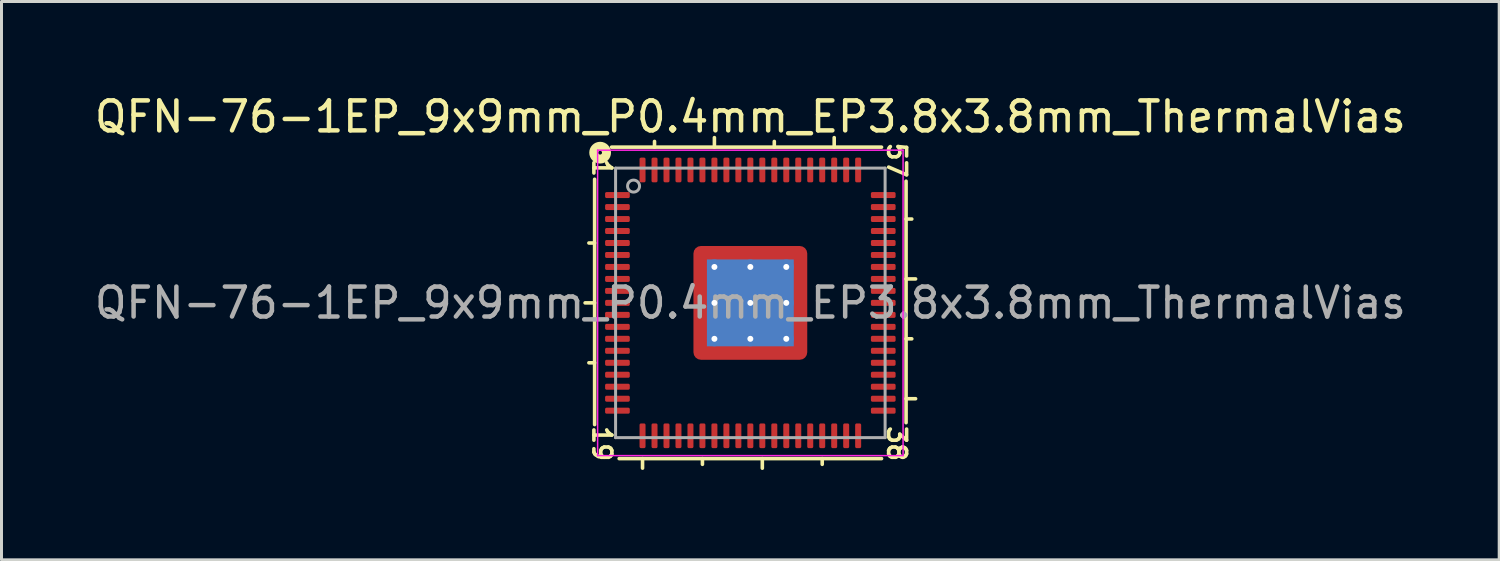
<source format=kicad_pcb>
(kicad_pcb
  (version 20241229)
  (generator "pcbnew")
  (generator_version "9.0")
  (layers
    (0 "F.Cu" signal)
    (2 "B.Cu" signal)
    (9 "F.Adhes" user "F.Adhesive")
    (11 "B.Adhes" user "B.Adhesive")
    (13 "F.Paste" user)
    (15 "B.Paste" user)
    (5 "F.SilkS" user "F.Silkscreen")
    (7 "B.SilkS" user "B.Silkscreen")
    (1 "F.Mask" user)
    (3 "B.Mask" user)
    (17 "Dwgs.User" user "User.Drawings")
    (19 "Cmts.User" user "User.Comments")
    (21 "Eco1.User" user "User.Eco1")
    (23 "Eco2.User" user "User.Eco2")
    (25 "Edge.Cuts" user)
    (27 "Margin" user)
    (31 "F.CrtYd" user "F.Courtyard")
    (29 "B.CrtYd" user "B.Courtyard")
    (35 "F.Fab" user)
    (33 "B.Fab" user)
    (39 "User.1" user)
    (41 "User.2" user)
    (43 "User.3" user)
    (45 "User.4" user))
  (footprint "QFN-76-1EP_9x9mm_P0.4mm_EP3.8x3.8mm_ThermalVias"
    (layer "F.Cu")
    (at 22.006 7.064)
    (property "Reference" "QFN-76-1EP_9x9mm_P0.4mm_EP3.8x3.8mm_ThermalVias" (at 0 -6.216 0) (layer "F.SilkS") (effects (font (size 1 1) (thickness 0.15))))
    (attr smd)
    (fp_line (start -5.2 -4.128) (end -5.2 4.064) (stroke (width 0.12) (type solid)) (layer "F.SilkS"))
    (fp_line (start -5.2 -2) (end -5.391 -2) (stroke (width 0.12) (type solid)) (layer "F.SilkS"))
    (fp_line (start -5.2 0) (end -5.518 0) (stroke (width 0.12) (type solid)) (layer "F.SilkS"))
    (fp_line (start -5.2 2) (end -5.391 2) (stroke (width 0.12) (type solid)) (layer "F.SilkS"))
    (fp_line (start -4.381 5.2) (end 4.381 5.2) (stroke (width 0.12) (type solid)) (layer "F.SilkS"))
    (fp_line (start -3.6 5.2) (end -3.6 5.518) (stroke (width 0.12) (type solid)) (layer "F.SilkS"))
    (fp_line (start -3.2 -5.2) (end -3.2 -5.391) (stroke (width 0.12) (type solid)) (layer "F.SilkS"))
    (fp_line (start -1.6 5.2) (end -1.6 5.391) (stroke (width 0.12) (type solid)) (layer "F.SilkS"))
    (fp_line (start -1.2 -5.2) (end -1.2 -5.518) (stroke (width 0.12) (type solid)) (layer "F.SilkS"))
    (fp_line (start 0.4 5.2) (end 0.4 5.52) (stroke (width 0.12) (type solid)) (layer "F.SilkS"))
    (fp_line (start 0.8 -5.2) (end 0.8 -5.391) (stroke (width 0.12) (type solid)) (layer "F.SilkS"))
    (fp_line (start 2.4 5.2) (end 2.4 5.391) (stroke (width 0.12) (type solid)) (layer "F.SilkS"))
    (fp_line (start 2.8 -5.2) (end 2.8 -5.518) (stroke (width 0.12) (type solid)) (layer "F.SilkS"))
    (fp_line (start 4.381 -5.2) (end -4.636 -5.2) (stroke (width 0.12) (type solid)) (layer "F.SilkS"))
    (fp_line (start 5.2 -2.8) (end 5.391 -2.8) (stroke (width 0.12) (type solid)) (layer "F.SilkS"))
    (fp_line (start 5.2 -0.8) (end 5.518 -0.8) (stroke (width 0.12) (type solid)) (layer "F.SilkS"))
    (fp_line (start 5.2 1.2) (end 5.391 1.2) (stroke (width 0.12) (type solid)) (layer "F.SilkS"))
    (fp_line (start 5.2 3.2) (end 5.518 3.2) (stroke (width 0.12) (type solid)) (layer "F.SilkS"))
    (fp_line (start 5.2 4) (end 5.2 -4.064) (stroke (width 0.12) (type solid)) (layer "F.SilkS"))
    (fp_circle (center -5.016 -5.016) (end -4.953 -5.016) (stroke (width 0.3) (type solid)) (fill no) (layer "F.SilkS"))
    (fp_line (start -5.1 -5.1) (end -5.1 5.1) (stroke (width 0.05) (type solid)) (layer "F.CrtYd"))
    (fp_line (start -5.1 5.1) (end 5.1 5.1) (stroke (width 0.05) (type solid)) (layer "F.CrtYd"))
    (fp_line (start 5.1 -5.1) (end -5.1 -5.1) (stroke (width 0.05) (type solid)) (layer "F.CrtYd"))
    (fp_line (start 5.1 5.1) (end 5.1 -5.1) (stroke (width 0.05) (type solid)) (layer "F.CrtYd"))
    (fp_line (start -4.5 -4.5) (end 4.5 -4.5) (stroke (width 0.1) (type solid)) (layer "F.Fab"))
    (fp_line (start -4.5 4.5) (end -4.5 -4.5) (stroke (width 0.1) (type solid)) (layer "F.Fab"))
    (fp_line (start 4.5 -4.5) (end 4.5 4.5) (stroke (width 0.1) (type solid)) (layer "F.Fab"))
    (fp_line (start 4.5 4.5) (end -4.5 4.5) (stroke (width 0.1) (type solid)) (layer "F.Fab"))
    (fp_circle (center -3.9 -3.9) (end -3.7 -3.9) (stroke (width 0.1) (type solid)) (fill no) (layer "F.Fab"))
    (fp_text user "1" (at -4.953 -4.508 270) (unlocked yes) (layer "F.SilkS") (effects (font (size 0.6 0.6) (thickness 0.12))))
    (fp_text user "38" (at 4.889 4.699 270) (unlocked yes) (layer "F.SilkS") (effects (font (size 0.6 0.6) (thickness 0.12))))
    (fp_text user "19" (at -4.953 4.699 270) (unlocked yes) (layer "F.SilkS") (effects (font (size 0.6 0.6) (thickness 0.12))))
    (fp_text user "57" (at 4.889 -4.763 270) (unlocked yes) (layer "F.SilkS") (effects (font (size 0.6 0.6) (thickness 0.12))))
    (fp_text user "${REFERENCE}" (at 0 0 0) (layer "F.Fab") (effects (font (size 1 1) (thickness 0.15))))
    (pad "" smd custom (at -1.55 -1.55) (size 0.46 0.46) (layers "F.Paste") (options (anchor circle)) (primitives (gr_poly (pts (xy 0.178 0.092) (xy 0.092 0.178) (xy -0.178 0.178) (xy -0.178 -0.178) (xy 0.178 -0.178)) (width 0.208) (fill yes))))
    (pad "" smd custom (at -1.55 -0.6) (size 0.495 0.495) (layers "F.Paste") (options (anchor circle)) (primitives (gr_poly (pts (xy 0.212 -0.356) (xy 0.212 0.356) (xy 0.154 0.414) (xy -0.212 0.414) (xy -0.212 -0.414) (xy 0.154 -0.414)) (width 0.14) (fill yes))))
    (pad "" smd custom (at -1.55 0.6) (size 0.495 0.495) (layers "F.Paste") (options (anchor circle)) (primitives (gr_poly (pts (xy 0.212 -0.356) (xy 0.212 0.356) (xy 0.154 0.414) (xy -0.212 0.414) (xy -0.212 -0.414) (xy 0.154 -0.414)) (width 0.14) (fill yes))))
    (pad "" smd custom (at -1.55 1.55) (size 0.46 0.46) (layers "F.Paste") (options (anchor circle)) (primitives (gr_poly (pts (xy 0.178 -0.092) (xy 0.178 0.178) (xy -0.178 0.178) (xy -0.178 -0.178) (xy 0.092 -0.178)) (width 0.208) (fill yes))))
    (pad "" smd custom (at -0.6 -1.55) (size 0.495 0.495) (layers "F.Paste") (options (anchor circle)) (primitives (gr_poly (pts (xy 0.414 0.154) (xy 0.356 0.212) (xy -0.356 0.212) (xy -0.414 0.154) (xy -0.414 -0.212) (xy 0.414 -0.212)) (width 0.14) (fill yes))))
    (pad "" smd roundrect (at -0.6 -0.6) (size 0.967 0.967) (layers "F.Paste") (roundrect_rratio 0.25))
    (pad "" smd roundrect (at -0.6 0.6) (size 0.967 0.967) (layers "F.Paste") (roundrect_rratio 0.25))
    (pad "" smd custom (at -0.6 1.55) (size 0.495 0.495) (layers "F.Paste") (options (anchor circle)) (primitives (gr_poly (pts (xy 0.414 -0.154) (xy 0.414 0.212) (xy -0.414 0.212) (xy -0.414 -0.154) (xy -0.356 -0.212) (xy 0.356 -0.212)) (width 0.14) (fill yes))))
    (pad "" smd custom (at 0.6 -1.55) (size 0.495 0.495) (layers "F.Paste") (options (anchor circle)) (primitives (gr_poly (pts (xy 0.414 0.154) (xy 0.356 0.212) (xy -0.356 0.212) (xy -0.414 0.154) (xy -0.414 -0.212) (xy 0.414 -0.212)) (width 0.14) (fill yes))))
    (pad "" smd roundrect (at 0.6 -0.6) (size 0.967 0.967) (layers "F.Paste") (roundrect_rratio 0.25))
    (pad "" smd roundrect (at 0.6 0.6) (size 0.967 0.967) (layers "F.Paste") (roundrect_rratio 0.25))
    (pad "" smd custom (at 0.6 1.55) (size 0.495 0.495) (layers "F.Paste") (options (anchor circle)) (primitives (gr_poly (pts (xy 0.414 -0.154) (xy 0.414 0.212) (xy -0.414 0.212) (xy -0.414 -0.154) (xy -0.356 -0.212) (xy 0.356 -0.212)) (width 0.14) (fill yes))))
    (pad "" smd custom (at 1.55 -1.55) (size 0.46 0.46) (layers "F.Paste") (options (anchor circle)) (primitives (gr_poly (pts (xy 0.178 0.178) (xy -0.092 0.178) (xy -0.178 0.092) (xy -0.178 -0.178) (xy 0.178 -0.178)) (width 0.208) (fill yes))))
    (pad "" smd custom (at 1.55 -0.6) (size 0.495 0.495) (layers "F.Paste") (options (anchor circle)) (primitives (gr_poly (pts (xy 0.212 0.414) (xy -0.154 0.414) (xy -0.212 0.356) (xy -0.212 -0.356) (xy -0.154 -0.414) (xy 0.212 -0.414)) (width 0.14) (fill yes))))
    (pad "" smd custom (at 1.55 0.6) (size 0.495 0.495) (layers "F.Paste") (options (anchor circle)) (primitives (gr_poly (pts (xy 0.212 0.414) (xy -0.154 0.414) (xy -0.212 0.356) (xy -0.212 -0.356) (xy -0.154 -0.414) (xy 0.212 -0.414)) (width 0.14) (fill yes))))
    (pad "" smd custom (at 1.55 1.55) (size 0.46 0.46) (layers "F.Paste") (options (anchor circle)) (primitives (gr_poly (pts (xy 0.178 0.178) (xy -0.178 0.178) (xy -0.178 -0.092) (xy -0.092 -0.178) (xy 0.178 -0.178)) (width 0.208) (fill yes))))
    (pad "1" smd roundrect (at -4.438 -3.6) (size 0.825 0.2) (layers "F.Cu" "F.Mask" "F.Paste") (roundrect_rratio 0.25))
    (pad "2" smd roundrect (at -4.438 -3.2) (size 0.825 0.2) (layers "F.Cu" "F.Mask" "F.Paste") (roundrect_rratio 0.25))
    (pad "3" smd roundrect (at -4.438 -2.8) (size 0.825 0.2) (layers "F.Cu" "F.Mask" "F.Paste") (roundrect_rratio 0.25))
    (pad "4" smd roundrect (at -4.438 -2.4) (size 0.825 0.2) (layers "F.Cu" "F.Mask" "F.Paste") (roundrect_rratio 0.25))
    (pad "5" smd roundrect (at -4.438 -2) (size 0.825 0.2) (layers "F.Cu" "F.Mask" "F.Paste") (roundrect_rratio 0.25))
    (pad "6" smd roundrect (at -4.438 -1.6) (size 0.825 0.2) (layers "F.Cu" "F.Mask" "F.Paste") (roundrect_rratio 0.25))
    (pad "7" smd roundrect (at -4.438 -1.2) (size 0.825 0.2) (layers "F.Cu" "F.Mask" "F.Paste") (roundrect_rratio 0.25))
    (pad "8" smd roundrect (at -4.438 -0.8) (size 0.825 0.2) (layers "F.Cu" "F.Mask" "F.Paste") (roundrect_rratio 0.25))
    (pad "9" smd roundrect (at -4.438 -0.4) (size 0.825 0.2) (layers "F.Cu" "F.Mask" "F.Paste") (roundrect_rratio 0.25))
    (pad "10" smd roundrect (at -4.438 0) (size 0.825 0.2) (layers "F.Cu" "F.Mask" "F.Paste") (roundrect_rratio 0.25))
    (pad "11" smd roundrect (at -4.438 0.4) (size 0.825 0.2) (layers "F.Cu" "F.Mask" "F.Paste") (roundrect_rratio 0.25))
    (pad "12" smd roundrect (at -4.438 0.8) (size 0.825 0.2) (layers "F.Cu" "F.Mask" "F.Paste") (roundrect_rratio 0.25))
    (pad "13" smd roundrect (at -4.438 1.2) (size 0.825 0.2) (layers "F.Cu" "F.Mask" "F.Paste") (roundrect_rratio 0.25))
    (pad "14" smd roundrect (at -4.438 1.6) (size 0.825 0.2) (layers "F.Cu" "F.Mask" "F.Paste") (roundrect_rratio 0.25))
    (pad "15" smd roundrect (at -4.438 2) (size 0.825 0.2) (layers "F.Cu" "F.Mask" "F.Paste") (roundrect_rratio 0.25))
    (pad "16" smd roundrect (at -4.438 2.4) (size 0.825 0.2) (layers "F.Cu" "F.Mask" "F.Paste") (roundrect_rratio 0.25))
    (pad "17" smd roundrect (at -4.438 2.8) (size 0.825 0.2) (layers "F.Cu" "F.Mask" "F.Paste") (roundrect_rratio 0.25))
    (pad "18" smd roundrect (at -4.438 3.2) (size 0.825 0.2) (layers "F.Cu" "F.Mask" "F.Paste") (roundrect_rratio 0.25))
    (pad "19" smd roundrect (at -4.438 3.6) (size 0.825 0.2) (layers "F.Cu" "F.Mask" "F.Paste") (roundrect_rratio 0.25))
    (pad "20" smd roundrect (at -3.6 4.438) (size 0.2 0.825) (layers "F.Cu" "F.Mask" "F.Paste") (roundrect_rratio 0.25))
    (pad "21" smd roundrect (at -3.2 4.438) (size 0.2 0.825) (layers "F.Cu" "F.Mask" "F.Paste") (roundrect_rratio 0.25))
    (pad "22" smd roundrect (at -2.8 4.438) (size 0.2 0.825) (layers "F.Cu" "F.Mask" "F.Paste") (roundrect_rratio 0.25))
    (pad "23" smd roundrect (at -2.4 4.438) (size 0.2 0.825) (layers "F.Cu" "F.Mask" "F.Paste") (roundrect_rratio 0.25))
    (pad "24" smd roundrect (at -2 4.438) (size 0.2 0.825) (layers "F.Cu" "F.Mask" "F.Paste") (roundrect_rratio 0.25))
    (pad "25" smd roundrect (at -1.6 4.438) (size 0.2 0.825) (layers "F.Cu" "F.Mask" "F.Paste") (roundrect_rratio 0.25))
    (pad "26" smd roundrect (at -1.2 4.438) (size 0.2 0.825) (layers "F.Cu" "F.Mask" "F.Paste") (roundrect_rratio 0.25))
    (pad "27" smd roundrect (at -0.8 4.438) (size 0.2 0.825) (layers "F.Cu" "F.Mask" "F.Paste") (roundrect_rratio 0.25))
    (pad "28" smd roundrect (at -0.4 4.438) (size 0.2 0.825) (layers "F.Cu" "F.Mask" "F.Paste") (roundrect_rratio 0.25))
    (pad "29" smd roundrect (at 0 4.438) (size 0.2 0.825) (layers "F.Cu" "F.Mask" "F.Paste") (roundrect_rratio 0.25))
    (pad "30" smd roundrect (at 0.4 4.438) (size 0.2 0.825) (layers "F.Cu" "F.Mask" "F.Paste") (roundrect_rratio 0.25))
    (pad "31" smd roundrect (at 0.8 4.438) (size 0.2 0.825) (layers "F.Cu" "F.Mask" "F.Paste") (roundrect_rratio 0.25))
    (pad "32" smd roundrect (at 1.2 4.438) (size 0.2 0.825) (layers "F.Cu" "F.Mask" "F.Paste") (roundrect_rratio 0.25))
    (pad "33" smd roundrect (at 1.6 4.438) (size 0.2 0.825) (layers "F.Cu" "F.Mask" "F.Paste") (roundrect_rratio 0.25))
    (pad "34" smd roundrect (at 2 4.438) (size 0.2 0.825) (layers "F.Cu" "F.Mask" "F.Paste") (roundrect_rratio 0.25))
    (pad "35" smd roundrect (at 2.4 4.438) (size 0.2 0.825) (layers "F.Cu" "F.Mask" "F.Paste") (roundrect_rratio 0.25))
    (pad "36" smd roundrect (at 2.8 4.438) (size 0.2 0.825) (layers "F.Cu" "F.Mask" "F.Paste") (roundrect_rratio 0.25))
    (pad "37" smd roundrect (at 3.2 4.438) (size 0.2 0.825) (layers "F.Cu" "F.Mask" "F.Paste") (roundrect_rratio 0.25))
    (pad "38" smd roundrect (at 3.6 4.438) (size 0.2 0.825) (layers "F.Cu" "F.Mask" "F.Paste") (roundrect_rratio 0.25))
    (pad "39" smd roundrect (at 4.438 3.6) (size 0.825 0.2) (layers "F.Cu" "F.Mask" "F.Paste") (roundrect_rratio 0.25))
    (pad "40" smd roundrect (at 4.438 3.2) (size 0.825 0.2) (layers "F.Cu" "F.Mask" "F.Paste") (roundrect_rratio 0.25))
    (pad "41" smd roundrect (at 4.438 2.8) (size 0.825 0.2) (layers "F.Cu" "F.Mask" "F.Paste") (roundrect_rratio 0.25))
    (pad "42" smd roundrect (at 4.438 2.4) (size 0.825 0.2) (layers "F.Cu" "F.Mask" "F.Paste") (roundrect_rratio 0.25))
    (pad "43" smd roundrect (at 4.438 2) (size 0.825 0.2) (layers "F.Cu" "F.Mask" "F.Paste") (roundrect_rratio 0.25))
    (pad "44" smd roundrect (at 4.438 1.6) (size 0.825 0.2) (layers "F.Cu" "F.Mask" "F.Paste") (roundrect_rratio 0.25))
    (pad "45" smd roundrect (at 4.438 1.2) (size 0.825 0.2) (layers "F.Cu" "F.Mask" "F.Paste") (roundrect_rratio 0.25))
    (pad "46" smd roundrect (at 4.438 0.8) (size 0.825 0.2) (layers "F.Cu" "F.Mask" "F.Paste") (roundrect_rratio 0.25))
    (pad "47" smd roundrect (at 4.438 0.4) (size 0.825 0.2) (layers "F.Cu" "F.Mask" "F.Paste") (roundrect_rratio 0.25))
    (pad "48" smd roundrect (at 4.438 0) (size 0.825 0.2) (layers "F.Cu" "F.Mask" "F.Paste") (roundrect_rratio 0.25))
    (pad "49" smd roundrect (at 4.438 -0.4) (size 0.825 0.2) (layers "F.Cu" "F.Mask" "F.Paste") (roundrect_rratio 0.25))
    (pad "50" smd roundrect (at 4.438 -0.8) (size 0.825 0.2) (layers "F.Cu" "F.Mask" "F.Paste") (roundrect_rratio 0.25))
    (pad "51" smd roundrect (at 4.438 -1.2) (size 0.825 0.2) (layers "F.Cu" "F.Mask" "F.Paste") (roundrect_rratio 0.25))
    (pad "52" smd roundrect (at 4.438 -1.6) (size 0.825 0.2) (layers "F.Cu" "F.Mask" "F.Paste") (roundrect_rratio 0.25))
    (pad "53" smd roundrect (at 4.438 -2) (size 0.825 0.2) (layers "F.Cu" "F.Mask" "F.Paste") (roundrect_rratio 0.25))
    (pad "54" smd roundrect (at 4.438 -2.4) (size 0.825 0.2) (layers "F.Cu" "F.Mask" "F.Paste") (roundrect_rratio 0.25))
    (pad "55" smd roundrect (at 4.438 -2.8) (size 0.825 0.2) (layers "F.Cu" "F.Mask" "F.Paste") (roundrect_rratio 0.25))
    (pad "56" smd roundrect (at 4.438 -3.2) (size 0.825 0.2) (layers "F.Cu" "F.Mask" "F.Paste") (roundrect_rratio 0.25))
    (pad "57" smd roundrect (at 4.438 -3.6) (size 0.825 0.2) (layers "F.Cu" "F.Mask" "F.Paste") (roundrect_rratio 0.25))
    (pad "58" smd roundrect (at 3.6 -4.438) (size 0.2 0.825) (layers "F.Cu" "F.Mask" "F.Paste") (roundrect_rratio 0.25))
    (pad "59" smd roundrect (at 3.2 -4.438) (size 0.2 0.825) (layers "F.Cu" "F.Mask" "F.Paste") (roundrect_rratio 0.25))
    (pad "60" smd roundrect (at 2.8 -4.438) (size 0.2 0.825) (layers "F.Cu" "F.Mask" "F.Paste") (roundrect_rratio 0.25))
    (pad "61" smd roundrect (at 2.4 -4.438) (size 0.2 0.825) (layers "F.Cu" "F.Mask" "F.Paste") (roundrect_rratio 0.25))
    (pad "62" smd roundrect (at 2 -4.438) (size 0.2 0.825) (layers "F.Cu" "F.Mask" "F.Paste") (roundrect_rratio 0.25))
    (pad "63" smd roundrect (at 1.6 -4.438) (size 0.2 0.825) (layers "F.Cu" "F.Mask" "F.Paste") (roundrect_rratio 0.25))
    (pad "64" smd roundrect (at 1.2 -4.438) (size 0.2 0.825) (layers "F.Cu" "F.Mask" "F.Paste") (roundrect_rratio 0.25))
    (pad "65" smd roundrect (at 0.8 -4.438) (size 0.2 0.825) (layers "F.Cu" "F.Mask" "F.Paste") (roundrect_rratio 0.25))
    (pad "66" smd roundrect (at 0.4 -4.438) (size 0.2 0.825) (layers "F.Cu" "F.Mask" "F.Paste") (roundrect_rratio 0.25))
    (pad "67" smd roundrect (at 0 -4.438) (size 0.2 0.825) (layers "F.Cu" "F.Mask" "F.Paste") (roundrect_rratio 0.25))
    (pad "68" smd roundrect (at -0.4 -4.438) (size 0.2 0.825) (layers "F.Cu" "F.Mask" "F.Paste") (roundrect_rratio 0.25))
    (pad "69" smd roundrect (at -0.8 -4.438) (size 0.2 0.825) (layers "F.Cu" "F.Mask" "F.Paste") (roundrect_rratio 0.25))
    (pad "70" smd roundrect (at -1.2 -4.438) (size 0.2 0.825) (layers "F.Cu" "F.Mask" "F.Paste") (roundrect_rratio 0.25))
    (pad "71" smd roundrect (at -1.6 -4.438) (size 0.2 0.825) (layers "F.Cu" "F.Mask" "F.Paste") (roundrect_rratio 0.25))
    (pad "72" smd roundrect (at -2 -4.438) (size 0.2 0.825) (layers "F.Cu" "F.Mask" "F.Paste") (roundrect_rratio 0.25))
    (pad "73" smd roundrect (at -2.4 -4.438) (size 0.2 0.825) (layers "F.Cu" "F.Mask" "F.Paste") (roundrect_rratio 0.25))
    (pad "74" smd roundrect (at -2.8 -4.438) (size 0.2 0.825) (layers "F.Cu" "F.Mask" "F.Paste") (roundrect_rratio 0.25))
    (pad "75" smd roundrect (at -3.2 -4.438) (size 0.2 0.825) (layers "F.Cu" "F.Mask" "F.Paste") (roundrect_rratio 0.25))
    (pad "76" smd roundrect (at -3.6 -4.438) (size 0.2 0.825) (layers "F.Cu" "F.Mask" "F.Paste") (roundrect_rratio 0.25))
    (pad "77" thru_hole circle (at -1.2 -1.2) (size 0.5 0.5) (drill 0.2) (property pad_prop_heatsink) (layers "*.Cu"))
    (pad "77" thru_hole circle (at -1.2 0) (size 0.5 0.5) (drill 0.2) (property pad_prop_heatsink) (layers "*.Cu"))
    (pad "77" thru_hole circle (at -1.2 1.2) (size 0.5 0.5) (drill 0.2) (property pad_prop_heatsink) (layers "*.Cu"))
    (pad "77" thru_hole circle (at 0 -1.2) (size 0.5 0.5) (drill 0.2) (property pad_prop_heatsink) (layers "*.Cu"))
    (pad "77" thru_hole circle (at 0 0) (size 0.5 0.5) (drill 0.2) (property pad_prop_heatsink) (layers "*.Cu"))
    (pad "77" smd rect (at 0 0) (size 2.9 2.9) (layers "B.Cu" "B.Mask"))
    (pad "77" smd roundrect (at 0 0) (size 3.8 3.8) (layers "F.Cu" "F.Mask") (roundrect_rratio 0.066))
    (pad "77" thru_hole circle (at 0 1.2) (size 0.5 0.5) (drill 0.2) (property pad_prop_heatsink) (layers "*.Cu"))
    (pad "77" thru_hole circle (at 1.2 -1.2) (size 0.5 0.5) (drill 0.2) (property pad_prop_heatsink) (layers "*.Cu"))
    (pad "77" thru_hole circle (at 1.2 0) (size 0.5 0.5) (drill 0.2) (property pad_prop_heatsink) (layers "*.Cu"))
    (pad "77" thru_hole circle (at 1.2 1.2) (size 0.5 0.5) (drill 0.2) (property pad_prop_heatsink) (layers "*.Cu")))
  (gr_rect
    (start -3 -3)
    (end 47.012 15.644)
    (stroke (width 0.1) (type default))
    (fill no)
    (layer "Edge.Cuts")))
</source>
